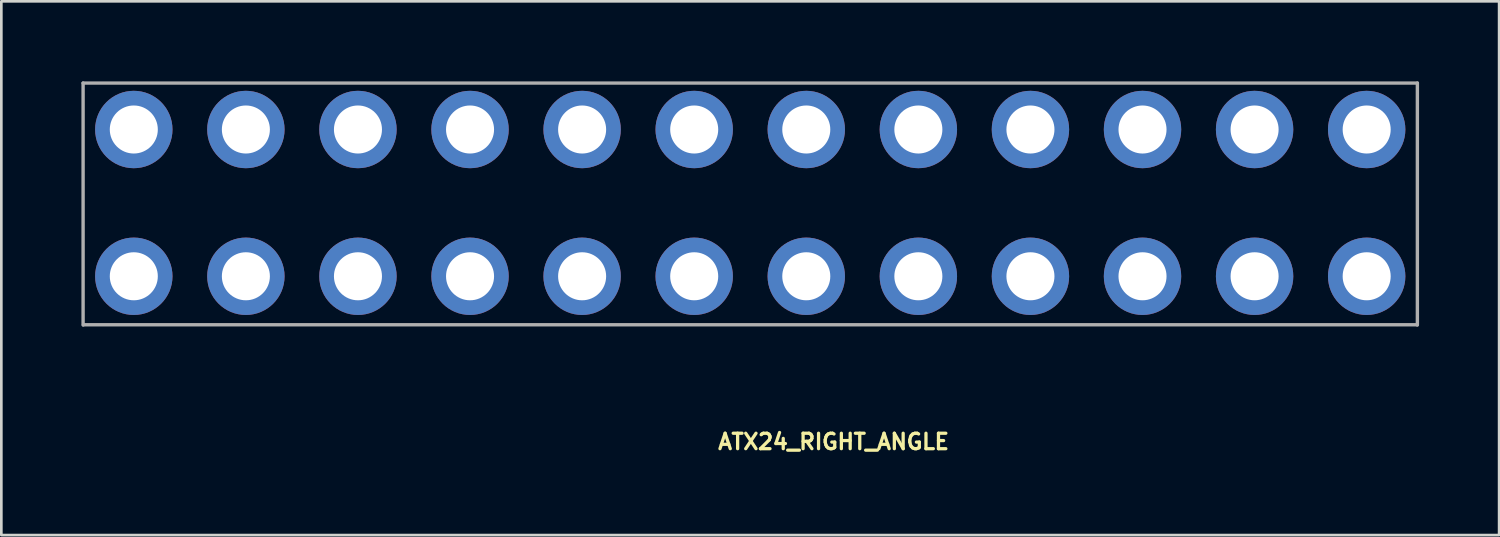
<source format=kicad_pcb>
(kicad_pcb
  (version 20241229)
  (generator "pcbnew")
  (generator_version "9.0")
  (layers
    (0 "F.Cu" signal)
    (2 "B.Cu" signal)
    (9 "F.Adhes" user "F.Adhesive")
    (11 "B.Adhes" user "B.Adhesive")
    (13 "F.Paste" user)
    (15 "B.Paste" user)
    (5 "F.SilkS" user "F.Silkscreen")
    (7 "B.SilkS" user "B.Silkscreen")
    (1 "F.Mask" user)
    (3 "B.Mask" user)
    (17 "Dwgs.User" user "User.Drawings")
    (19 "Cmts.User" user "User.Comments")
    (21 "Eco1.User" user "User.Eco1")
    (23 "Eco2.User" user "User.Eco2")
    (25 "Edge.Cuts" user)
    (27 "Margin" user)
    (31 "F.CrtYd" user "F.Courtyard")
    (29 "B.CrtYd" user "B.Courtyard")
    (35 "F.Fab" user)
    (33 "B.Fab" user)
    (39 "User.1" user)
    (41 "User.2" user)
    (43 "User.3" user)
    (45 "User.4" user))
  (footprint "ATX24_RIGHT_ANGLE"
    (layer "F.Cu")
    (at 25.064 12.063)
    (property "Reference" "ATX24_RIGHT_ANGLE" (at -1.27 1.778 0) (layer "F.SilkS") (effects (font (size 0.579 0.579) (thickness 0.122)) (justify left bottom)))
    (attr through_hole)
    (fp_line (start -25 -12) (end 25 -12) (stroke (width 0.127) (type solid)) (layer "F.Fab"))
    (fp_line (start -25 -2.933) (end -25 -12) (stroke (width 0.127) (type solid)) (layer "F.Fab"))
    (fp_line (start 24.986 -2.943) (end -24.986 -2.943) (stroke (width 0.127) (type solid)) (layer "F.Fab"))
    (fp_line (start 25 -12) (end 25 -2.933) (stroke (width 0.127) (type solid)) (layer "F.Fab"))
    (pad "1" thru_hole circle (at 23.1 -4.76 180) (size 2.9 2.9) (drill 1.8) (layers "*.Cu" "*.Mask"))
    (pad "2" thru_hole circle (at 18.9 -4.76 180) (size 2.9 2.9) (drill 1.8) (layers "*.Cu" "*.Mask"))
    (pad "3" thru_hole circle (at 14.7 -4.76 180) (size 2.9 2.9) (drill 1.8) (layers "*.Cu" "*.Mask"))
    (pad "4" thru_hole circle (at 10.5 -4.76 180) (size 2.9 2.9) (drill 1.8) (layers "*.Cu" "*.Mask"))
    (pad "5" thru_hole circle (at 6.3 -4.76 180) (size 2.9 2.9) (drill 1.8) (layers "*.Cu" "*.Mask"))
    (pad "6" thru_hole circle (at 2.1 -4.76 180) (size 2.9 2.9) (drill 1.8) (layers "*.Cu" "*.Mask"))
    (pad "7" thru_hole circle (at -2.1 -4.76 180) (size 2.9 2.9) (drill 1.8) (layers "*.Cu" "*.Mask"))
    (pad "8" thru_hole circle (at -6.3 -4.76 180) (size 2.9 2.9) (drill 1.8) (layers "*.Cu" "*.Mask"))
    (pad "9" thru_hole circle (at -10.5 -4.76 180) (size 2.9 2.9) (drill 1.8) (layers "*.Cu" "*.Mask"))
    (pad "10" thru_hole circle (at -14.7 -4.76 180) (size 2.9 2.9) (drill 1.8) (layers "*.Cu" "*.Mask"))
    (pad "11" thru_hole circle (at -18.9 -4.76 180) (size 2.9 2.9) (drill 1.8) (layers "*.Cu" "*.Mask"))
    (pad "12" thru_hole circle (at -23.1 -4.76 180) (size 2.9 2.9) (drill 1.8) (layers "*.Cu" "*.Mask"))
    (pad "13" thru_hole circle (at 23.1 -10.26 180) (size 2.9 2.9) (drill 1.8) (layers "*.Cu" "*.Mask"))
    (pad "14" thru_hole circle (at 18.9 -10.26 180) (size 2.9 2.9) (drill 1.8) (layers "*.Cu" "*.Mask"))
    (pad "15" thru_hole circle (at 14.7 -10.26 180) (size 2.9 2.9) (drill 1.8) (layers "*.Cu" "*.Mask"))
    (pad "16" thru_hole circle (at 10.5 -10.26 180) (size 2.9 2.9) (drill 1.8) (layers "*.Cu" "*.Mask"))
    (pad "17" thru_hole circle (at 6.3 -10.26 180) (size 2.9 2.9) (drill 1.8) (layers "*.Cu" "*.Mask"))
    (pad "18" thru_hole circle (at 2.1 -10.26 180) (size 2.9 2.9) (drill 1.8) (layers "*.Cu" "*.Mask"))
    (pad "19" thru_hole circle (at -2.1 -10.26 180) (size 2.9 2.9) (drill 1.8) (layers "*.Cu" "*.Mask"))
    (pad "20" thru_hole circle (at -6.3 -10.26 180) (size 2.9 2.9) (drill 1.8) (layers "*.Cu" "*.Mask"))
    (pad "21" thru_hole circle (at -10.5 -10.26 180) (size 2.9 2.9) (drill 1.8) (layers "*.Cu" "*.Mask"))
    (pad "22" thru_hole circle (at -14.7 -10.26 180) (size 2.9 2.9) (drill 1.8) (layers "*.Cu" "*.Mask"))
    (pad "23" thru_hole circle (at -18.9 -10.26 180) (size 2.9 2.9) (drill 1.8) (layers "*.Cu" "*.Mask"))
    (pad "24" thru_hole circle (at -23.1 -10.26 180) (size 2.9 2.9) (drill 1.8) (layers "*.Cu" "*.Mask")))
  (gr_rect
    (start -3 -3)
    (end 53.127 17.002)
    (stroke (width 0.1) (type default))
    (fill no)
    (layer "Edge.Cuts")))
</source>
